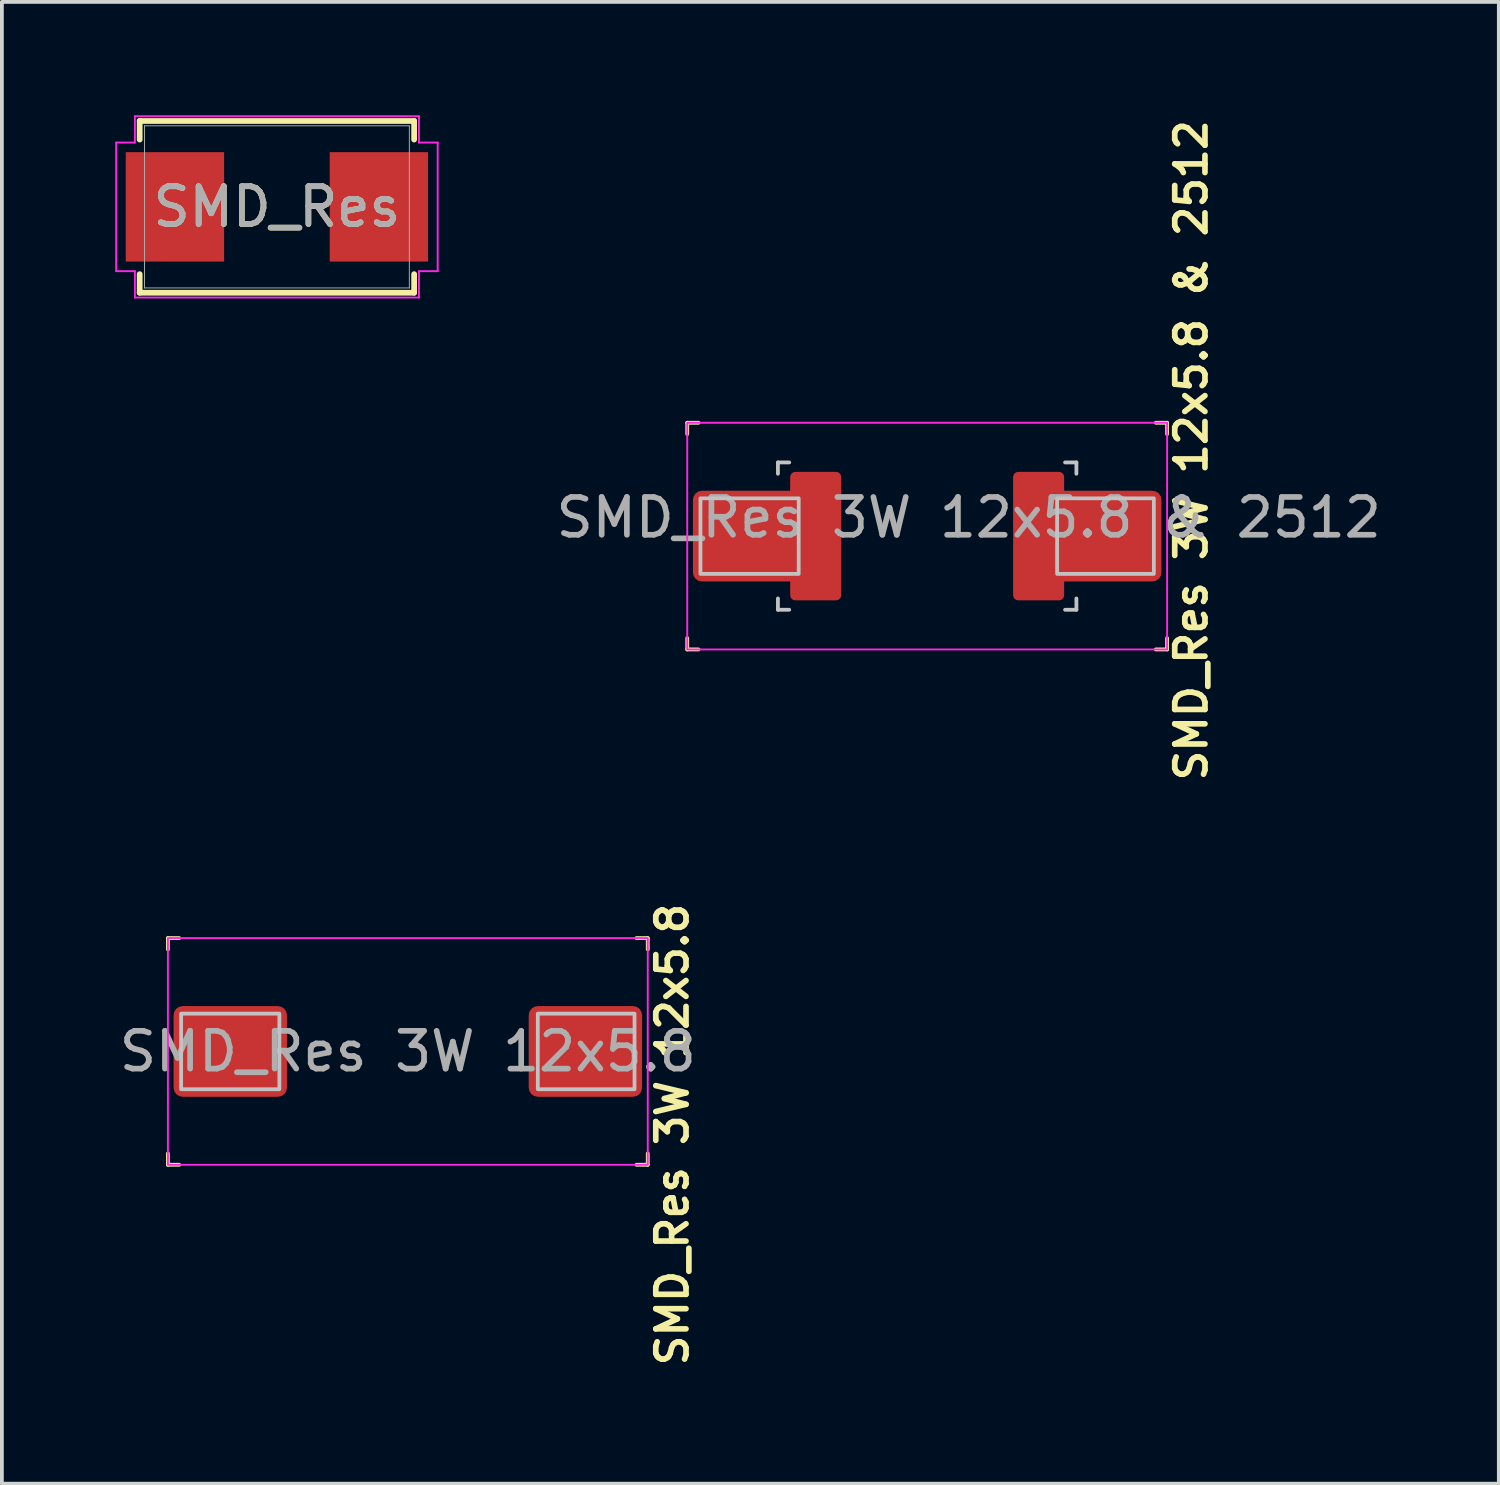
<source format=kicad_pcb>
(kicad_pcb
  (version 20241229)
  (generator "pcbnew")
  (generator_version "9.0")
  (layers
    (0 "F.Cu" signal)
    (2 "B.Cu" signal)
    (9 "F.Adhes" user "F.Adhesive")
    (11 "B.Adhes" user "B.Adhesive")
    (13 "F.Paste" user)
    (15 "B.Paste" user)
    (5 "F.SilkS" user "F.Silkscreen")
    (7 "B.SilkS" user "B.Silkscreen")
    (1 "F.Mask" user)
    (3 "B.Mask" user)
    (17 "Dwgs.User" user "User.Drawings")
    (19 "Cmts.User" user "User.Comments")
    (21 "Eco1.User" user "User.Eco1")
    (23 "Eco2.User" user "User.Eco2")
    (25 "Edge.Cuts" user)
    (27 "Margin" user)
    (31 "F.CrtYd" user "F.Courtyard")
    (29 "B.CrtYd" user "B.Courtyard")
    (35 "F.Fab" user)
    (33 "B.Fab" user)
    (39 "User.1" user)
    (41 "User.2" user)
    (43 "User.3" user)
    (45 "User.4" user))
  (footprint "SMD_Res 3W 12x5.8 & 2512"
    (layer "F.Cu")
    (at 21.489 11.139)
    (property "Reference" "SMD_Res 3W 12x5.8 & 2512" (at 6.99 -2.27 90) (unlocked yes) (layer "F.SilkS") (effects (font (size 0.8 0.8) (thickness 0.15))))
    (attr smd)
    (fp_line (start -6.35 -3) (end -6.35 -2.7) (stroke (width 0.1) (type default)) (layer "F.SilkS"))
    (fp_line (start -6.35 -3) (end -6.05 -3) (stroke (width 0.1) (type default)) (layer "F.SilkS"))
    (fp_line (start -6.35 3) (end -6.35 2.7) (stroke (width 0.1) (type default)) (layer "F.SilkS"))
    (fp_line (start -6.35 3) (end -6.05 3) (stroke (width 0.1) (type default)) (layer "F.SilkS"))
    (fp_line (start 6.05 -3) (end 6.35 -3) (stroke (width 0.1) (type default)) (layer "F.SilkS"))
    (fp_line (start 6.35 -2.7) (end 6.35 -3) (stroke (width 0.1) (type default)) (layer "F.SilkS"))
    (fp_line (start 6.35 3) (end 6.05 3) (stroke (width 0.1) (type default)) (layer "F.SilkS"))
    (fp_line (start 6.35 3) (end 6.35 2.7) (stroke (width 0.1) (type default)) (layer "F.SilkS"))
    (fp_line (start -3.95 -1.95) (end -3.95 -1.65) (stroke (width 0.1) (type default)) (layer "Dwgs.User"))
    (fp_line (start -3.95 -1.95) (end -3.65 -1.95) (stroke (width 0.1) (type default)) (layer "Dwgs.User"))
    (fp_line (start -3.95 1.95) (end -3.95 1.65) (stroke (width 0.1) (type default)) (layer "Dwgs.User"))
    (fp_line (start -3.95 1.95) (end -3.65 1.95) (stroke (width 0.1) (type default)) (layer "Dwgs.User"))
    (fp_line (start 3.65 -1.95) (end 3.95 -1.95) (stroke (width 0.1) (type default)) (layer "Dwgs.User"))
    (fp_line (start 3.65 1.95) (end 3.95 1.95) (stroke (width 0.1) (type default)) (layer "Dwgs.User"))
    (fp_line (start 3.95 -1.95) (end 3.95 -1.65) (stroke (width 0.1) (type default)) (layer "Dwgs.User"))
    (fp_line (start 3.95 1.95) (end 3.95 1.65) (stroke (width 0.1) (type default)) (layer "Dwgs.User"))
    (fp_rect (start -6 -1) (end -3.4 1) (stroke (width 0.1) (type default)) (fill no) (layer "Dwgs.User"))
    (fp_rect (start 3.44 -1) (end 6 1) (stroke (width 0.1) (type default)) (fill no) (layer "Dwgs.User"))
    (fp_rect (start -6.35 -3) (end 6.35 3) (stroke (width 0.05) (type default)) (fill no) (layer "F.CrtYd"))
    (fp_text user "${REFERENCE}" (at 1.1 -0.49 0) (unlocked yes) (layer "F.Fab") (effects (font (size 1 1) (thickness 0.15))))
    (pad "1" smd roundrect (at -4.7 0) (size 3 2.4) (layers "F.Cu" "F.Mask" "F.Paste") (roundrect_rratio 0.1))
    (pad "1" smd roundrect (at -2.95 0) (size 1.35 3.4) (layers "F.Cu" "F.Mask" "F.Paste") (roundrect_rratio 0.1))
    (pad "2" smd roundrect (at 2.95 0) (size 1.35 3.4) (layers "F.Cu" "F.Mask" "F.Paste") (roundrect_rratio 0.1))
    (pad "2" smd roundrect (at 4.7 0) (size 3 2.4) (layers "F.Cu" "F.Mask" "F.Paste") (roundrect_rratio 0.1)))
  (footprint "SMD_Res"
    (layer "F.Cu")
    (at 4.279 2.425)
    (property "Reference" "SMD_Res" (at 0 0 0) (unlocked yes) (layer "F.SilkS") (effects (font (size 1 1) (thickness 0.15))))
    (attr smd)
    (fp_line (start -3.632 -2.273) (end -3.632 -1.781) (stroke (width 0.152) (type solid)) (layer "F.SilkS"))
    (fp_line (start -3.632 1.781) (end -3.632 2.273) (stroke (width 0.152) (type solid)) (layer "F.SilkS"))
    (fp_line (start -3.632 2.273) (end 3.632 2.273) (stroke (width 0.152) (type solid)) (layer "F.SilkS"))
    (fp_line (start 3.632 -2.273) (end -3.632 -2.273) (stroke (width 0.152) (type solid)) (layer "F.SilkS"))
    (fp_line (start 3.632 -1.781) (end 3.632 -2.273) (stroke (width 0.152) (type solid)) (layer "F.SilkS"))
    (fp_line (start 3.632 2.273) (end 3.632 1.781) (stroke (width 0.152) (type solid)) (layer "F.SilkS"))
    (fp_line (start -4.255 -1.702) (end -3.759 -1.702) (stroke (width 0.05) (type solid)) (layer "F.CrtYd"))
    (fp_line (start -4.255 1.702) (end -4.255 -1.702) (stroke (width 0.05) (type solid)) (layer "F.CrtYd"))
    (fp_line (start -3.759 -2.4) (end 3.759 -2.4) (stroke (width 0.05) (type solid)) (layer "F.CrtYd"))
    (fp_line (start -3.759 -1.702) (end -3.759 -2.4) (stroke (width 0.05) (type solid)) (layer "F.CrtYd"))
    (fp_line (start -3.759 1.702) (end -4.255 1.702) (stroke (width 0.05) (type solid)) (layer "F.CrtYd"))
    (fp_line (start -3.759 2.4) (end -3.759 1.702) (stroke (width 0.05) (type solid)) (layer "F.CrtYd"))
    (fp_line (start 3.759 -2.4) (end 3.759 -1.702) (stroke (width 0.05) (type solid)) (layer "F.CrtYd"))
    (fp_line (start 3.759 -1.702) (end 4.255 -1.702) (stroke (width 0.05) (type solid)) (layer "F.CrtYd"))
    (fp_line (start 3.759 1.702) (end 3.759 2.4) (stroke (width 0.05) (type solid)) (layer "F.CrtYd"))
    (fp_line (start 3.759 2.4) (end -3.759 2.4) (stroke (width 0.05) (type solid)) (layer "F.CrtYd"))
    (fp_line (start 4.255 -1.702) (end 4.255 1.702) (stroke (width 0.05) (type solid)) (layer "F.CrtYd"))
    (fp_line (start 4.255 1.702) (end 3.759 1.702) (stroke (width 0.05) (type solid)) (layer "F.CrtYd"))
    (fp_line (start -3.505 -2.146) (end -3.505 2.146) (stroke (width 0.025) (type solid)) (layer "F.Fab"))
    (fp_line (start -3.505 2.146) (end 3.505 2.146) (stroke (width 0.025) (type solid)) (layer "F.Fab"))
    (fp_line (start 3.505 -2.146) (end -3.505 -2.146) (stroke (width 0.025) (type solid)) (layer "F.Fab"))
    (fp_line (start 3.505 2.146) (end 3.505 -2.146) (stroke (width 0.025) (type solid)) (layer "F.Fab"))
    (fp_text user "${REFERENCE}" (at 0 0 0) (unlocked yes) (layer "F.Fab") (effects (font (size 1 1) (thickness 0.15))))
    (pad "1" smd rect (at -2.699 0) (size 2.603 2.896) (layers "F.Cu" "F.Mask" "F.Paste"))
    (pad "2" smd rect (at 2.699 0) (size 2.603 2.896) (layers "F.Cu" "F.Mask" "F.Paste")))
  (footprint "SMD_Res 3W 12x5.8"
    (layer "F.Cu")
    (at 7.744 24.778)
    (property "Reference" "SMD_Res 3W 12x5.8" (at 7 2.2 90) (unlocked yes) (layer "F.SilkS") (effects (font (size 0.8 0.8) (thickness 0.15))))
    (attr smd)
    (fp_line (start -6.35 -3) (end -6.35 -2.7) (stroke (width 0.1) (type default)) (layer "F.SilkS"))
    (fp_line (start -6.35 -3) (end -6.05 -3) (stroke (width 0.1) (type default)) (layer "F.SilkS"))
    (fp_line (start -6.35 3) (end -6.35 2.7) (stroke (width 0.1) (type default)) (layer "F.SilkS"))
    (fp_line (start -6.35 3) (end -6.05 3) (stroke (width 0.1) (type default)) (layer "F.SilkS"))
    (fp_line (start 6.05 -3) (end 6.35 -3) (stroke (width 0.1) (type default)) (layer "F.SilkS"))
    (fp_line (start 6.35 -2.7) (end 6.35 -3) (stroke (width 0.1) (type default)) (layer "F.SilkS"))
    (fp_line (start 6.35 3) (end 6.05 3) (stroke (width 0.1) (type default)) (layer "F.SilkS"))
    (fp_line (start 6.35 3) (end 6.35 2.7) (stroke (width 0.1) (type default)) (layer "F.SilkS"))
    (fp_rect (start -6 -1) (end -3.4 1) (stroke (width 0.1) (type default)) (fill no) (layer "Dwgs.User"))
    (fp_rect (start 3.44 -1) (end 6 1) (stroke (width 0.1) (type default)) (fill no) (layer "Dwgs.User"))
    (fp_rect (start -6.35 -3) (end 6.35 3) (stroke (width 0.05) (type default)) (fill no) (layer "F.CrtYd"))
    (fp_text user "${REFERENCE}" (at 0 0 0) (unlocked yes) (layer "F.Fab") (effects (font (size 1 1) (thickness 0.15))))
    (pad "1" smd roundrect (at -4.7 0) (size 3 2.4) (layers "F.Cu" "F.Mask" "F.Paste") (roundrect_rratio 0.1))
    (pad "2" smd roundrect (at 4.7 0) (size 3 2.4) (layers "F.Cu" "F.Mask" "F.Paste") (roundrect_rratio 0.1)))
  (gr_rect
    (start -3 -3)
    (end 36.619 36.218)
    (stroke (width 0.1) (type default))
    (fill no)
    (layer "Edge.Cuts")))
</source>
